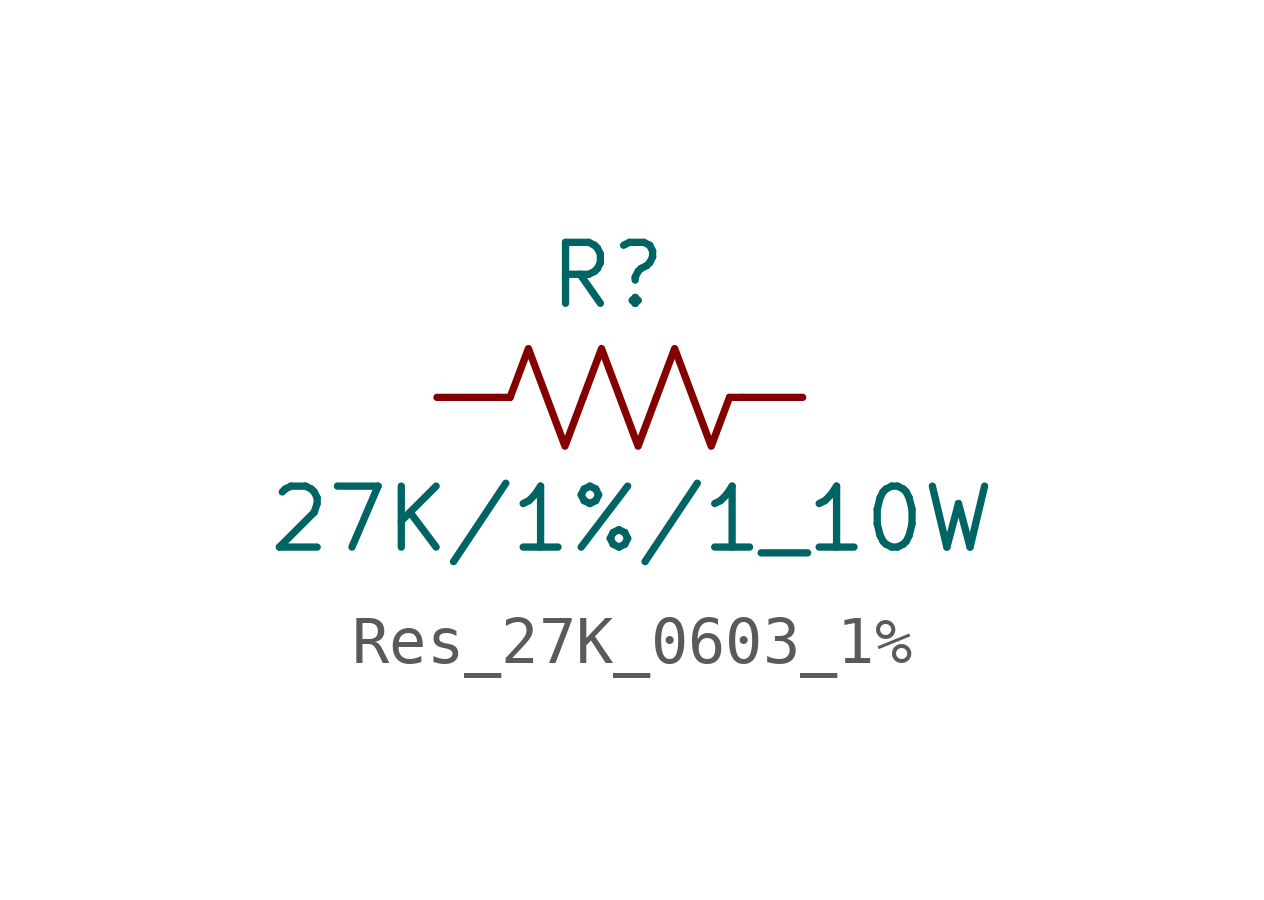
<source format=kicad_sym>
(kicad_symbol_lib
  (version 20231120)
  (generator "kicad_symbol_editor")
  (generator_version "8.0")
  (symbol "Res_27K_0603_1%"
    (pin_numbers hide)
    (pin_names hide)
    (property "Reference" "R"
      (at 3.556 2.54 0)
      (effects (font (size 1.27 1.27))))
    (property "Value" "27K/1%/1_10W"
      (at 4.064 -2.54 0)
      (effects (font (size 1.27 1.27))))
    (symbol "Res_27K_0603_1%_0_1"
      (polyline (pts (xy 1.524 0) (xy 1.27 0)) (stroke (width 0) (type default)) (fill (type none)))
      (polyline (pts (xy 6.096 0) (xy 6.35 0)) (stroke (width 0) (type default)) (fill (type none)))
      (polyline (pts (xy 1.524 0) (xy 1.905 1.016) (xy 2.286 0) (xy 2.667 -1.016) (xy 3.048 0)) (stroke (width 0) (type default)) (fill (type none)))
      (polyline (pts (xy 3.048 0) (xy 3.429 1.016) (xy 3.81 0) (xy 4.191 -1.016) (xy 4.572 0)) (stroke (width 0) (type default)) (fill (type none)))
      (polyline (pts (xy 4.572 0) (xy 4.953 1.016) (xy 5.334 0) (xy 5.715 -1.016) (xy 6.096 0)) (stroke (width 0) (type default)) (fill (type none))))
    (symbol "Res_27K_0603_1%_1_1"
      (pin passive line (at 0 0 0) (length 1.27) (name "~" (effects (font (size 1.27 1.27)))) (number "1" (effects (font (size 1.27 1.27)))))
      (pin passive line (at 7.62 0 180) (length 1.27) (name "~" (effects (font (size 1.27 1.27)))) (number "2" (effects (font (size 1.27 1.27))))))))
</source>
